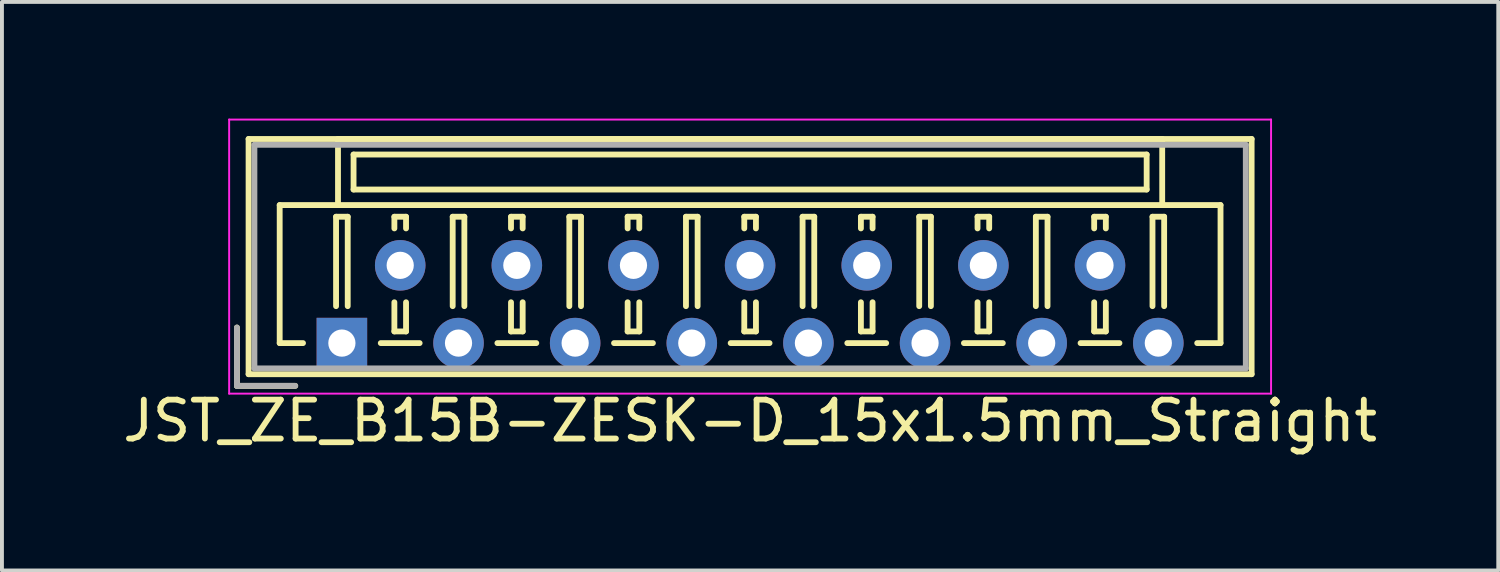
<source format=kicad_pcb>
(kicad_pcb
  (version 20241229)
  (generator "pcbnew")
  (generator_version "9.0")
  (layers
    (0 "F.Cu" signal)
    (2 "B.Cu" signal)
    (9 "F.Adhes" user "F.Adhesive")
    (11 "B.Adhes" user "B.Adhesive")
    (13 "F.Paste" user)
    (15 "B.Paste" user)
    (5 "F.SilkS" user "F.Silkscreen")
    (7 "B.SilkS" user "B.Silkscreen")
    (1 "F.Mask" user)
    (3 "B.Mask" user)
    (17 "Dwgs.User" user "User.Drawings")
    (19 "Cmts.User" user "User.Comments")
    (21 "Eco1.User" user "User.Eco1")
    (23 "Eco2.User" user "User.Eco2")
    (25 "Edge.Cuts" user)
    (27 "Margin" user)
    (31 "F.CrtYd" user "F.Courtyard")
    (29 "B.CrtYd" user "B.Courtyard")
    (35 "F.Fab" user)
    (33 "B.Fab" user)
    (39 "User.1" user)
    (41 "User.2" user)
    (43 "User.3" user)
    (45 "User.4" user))
  (footprint "JST_ZE_B15B-ZESK-D_15x1.5mm_Straight"
    (layer "F.Cu")
    (at 5.744 5.775)
    (property "Reference" "JST_ZE_B15B-ZESK-D_15x1.5mm_Straight" (at 10.5 2 0) (layer "F.SilkS") (effects (font (size 1 1) (thickness 0.15))))
    (attr through_hole)
    (fp_line (start -2.7 -0.4) (end -2.7 1.1) (stroke (width 0.15) (type solid)) (layer "F.SilkS"))
    (fp_line (start -2.7 1.1) (end -1.2 1.1) (stroke (width 0.15) (type solid)) (layer "F.SilkS"))
    (fp_line (start -2.4 -5.25) (end -2.4 0.8) (stroke (width 0.15) (type solid)) (layer "F.SilkS"))
    (fp_line (start -2.4 0.8) (end 23.4 0.8) (stroke (width 0.15) (type solid)) (layer "F.SilkS"))
    (fp_line (start -1.6 -3.55) (end -1.6 0) (stroke (width 0.15) (type solid)) (layer "F.SilkS"))
    (fp_line (start -1.6 0) (end -1 0) (stroke (width 0.15) (type solid)) (layer "F.SilkS"))
    (fp_line (start -0.15 -3.25) (end 0.15 -3.25) (stroke (width 0.15) (type solid)) (layer "F.SilkS"))
    (fp_line (start -0.15 -0.95) (end -0.15 -3.25) (stroke (width 0.15) (type solid)) (layer "F.SilkS"))
    (fp_line (start -0.1 -5.25) (end -0.1 -3.55) (stroke (width 0.15) (type solid)) (layer "F.SilkS"))
    (fp_line (start -0.1 -3.55) (end -1.6 -3.55) (stroke (width 0.15) (type solid)) (layer "F.SilkS"))
    (fp_line (start -0.1 -3.55) (end 21.1 -3.55) (stroke (width 0.15) (type solid)) (layer "F.SilkS"))
    (fp_line (start 0.15 -3.25) (end 0.15 -0.95) (stroke (width 0.15) (type solid)) (layer "F.SilkS"))
    (fp_line (start 0.3 -4.85) (end 0.3 -3.95) (stroke (width 0.15) (type solid)) (layer "F.SilkS"))
    (fp_line (start 0.3 -3.95) (end 20.7 -3.95) (stroke (width 0.15) (type solid)) (layer "F.SilkS"))
    (fp_line (start 1 0) (end 2 0) (stroke (width 0.15) (type solid)) (layer "F.SilkS"))
    (fp_line (start 1.35 -3.25) (end 1.65 -3.25) (stroke (width 0.15) (type solid)) (layer "F.SilkS"))
    (fp_line (start 1.35 -2.95) (end 1.35 -3.25) (stroke (width 0.15) (type solid)) (layer "F.SilkS"))
    (fp_line (start 1.35 -1.05) (end 1.35 -0.3) (stroke (width 0.15) (type solid)) (layer "F.SilkS"))
    (fp_line (start 1.35 -0.3) (end 1.65 -0.3) (stroke (width 0.15) (type solid)) (layer "F.SilkS"))
    (fp_line (start 1.65 -3.25) (end 1.65 -2.95) (stroke (width 0.15) (type solid)) (layer "F.SilkS"))
    (fp_line (start 1.65 -0.3) (end 1.65 -1.05) (stroke (width 0.15) (type solid)) (layer "F.SilkS"))
    (fp_line (start 2.85 -3.25) (end 3.15 -3.25) (stroke (width 0.15) (type solid)) (layer "F.SilkS"))
    (fp_line (start 2.85 -0.95) (end 2.85 -3.25) (stroke (width 0.15) (type solid)) (layer "F.SilkS"))
    (fp_line (start 3.15 -3.25) (end 3.15 -0.95) (stroke (width 0.15) (type solid)) (layer "F.SilkS"))
    (fp_line (start 4 0) (end 5 0) (stroke (width 0.15) (type solid)) (layer "F.SilkS"))
    (fp_line (start 4.35 -3.25) (end 4.65 -3.25) (stroke (width 0.15) (type solid)) (layer "F.SilkS"))
    (fp_line (start 4.35 -2.95) (end 4.35 -3.25) (stroke (width 0.15) (type solid)) (layer "F.SilkS"))
    (fp_line (start 4.35 -1.05) (end 4.35 -0.3) (stroke (width 0.15) (type solid)) (layer "F.SilkS"))
    (fp_line (start 4.35 -0.3) (end 4.65 -0.3) (stroke (width 0.15) (type solid)) (layer "F.SilkS"))
    (fp_line (start 4.65 -3.25) (end 4.65 -2.95) (stroke (width 0.15) (type solid)) (layer "F.SilkS"))
    (fp_line (start 4.65 -0.3) (end 4.65 -1.05) (stroke (width 0.15) (type solid)) (layer "F.SilkS"))
    (fp_line (start 5.85 -3.25) (end 6.15 -3.25) (stroke (width 0.15) (type solid)) (layer "F.SilkS"))
    (fp_line (start 5.85 -0.95) (end 5.85 -3.25) (stroke (width 0.15) (type solid)) (layer "F.SilkS"))
    (fp_line (start 6.15 -3.25) (end 6.15 -0.95) (stroke (width 0.15) (type solid)) (layer "F.SilkS"))
    (fp_line (start 7 0) (end 8 0) (stroke (width 0.15) (type solid)) (layer "F.SilkS"))
    (fp_line (start 7.35 -3.25) (end 7.65 -3.25) (stroke (width 0.15) (type solid)) (layer "F.SilkS"))
    (fp_line (start 7.35 -2.95) (end 7.35 -3.25) (stroke (width 0.15) (type solid)) (layer "F.SilkS"))
    (fp_line (start 7.35 -1.05) (end 7.35 -0.3) (stroke (width 0.15) (type solid)) (layer "F.SilkS"))
    (fp_line (start 7.35 -0.3) (end 7.65 -0.3) (stroke (width 0.15) (type solid)) (layer "F.SilkS"))
    (fp_line (start 7.65 -3.25) (end 7.65 -2.95) (stroke (width 0.15) (type solid)) (layer "F.SilkS"))
    (fp_line (start 7.65 -0.3) (end 7.65 -1.05) (stroke (width 0.15) (type solid)) (layer "F.SilkS"))
    (fp_line (start 8.85 -3.25) (end 9.15 -3.25) (stroke (width 0.15) (type solid)) (layer "F.SilkS"))
    (fp_line (start 8.85 -0.95) (end 8.85 -3.25) (stroke (width 0.15) (type solid)) (layer "F.SilkS"))
    (fp_line (start 9.15 -3.25) (end 9.15 -0.95) (stroke (width 0.15) (type solid)) (layer "F.SilkS"))
    (fp_line (start 10 0) (end 11 0) (stroke (width 0.15) (type solid)) (layer "F.SilkS"))
    (fp_line (start 10.35 -3.25) (end 10.65 -3.25) (stroke (width 0.15) (type solid)) (layer "F.SilkS"))
    (fp_line (start 10.35 -2.95) (end 10.35 -3.25) (stroke (width 0.15) (type solid)) (layer "F.SilkS"))
    (fp_line (start 10.35 -1.05) (end 10.35 -0.3) (stroke (width 0.15) (type solid)) (layer "F.SilkS"))
    (fp_line (start 10.35 -0.3) (end 10.65 -0.3) (stroke (width 0.15) (type solid)) (layer "F.SilkS"))
    (fp_line (start 10.65 -3.25) (end 10.65 -2.95) (stroke (width 0.15) (type solid)) (layer "F.SilkS"))
    (fp_line (start 10.65 -0.3) (end 10.65 -1.05) (stroke (width 0.15) (type solid)) (layer "F.SilkS"))
    (fp_line (start 11.85 -3.25) (end 12.15 -3.25) (stroke (width 0.15) (type solid)) (layer "F.SilkS"))
    (fp_line (start 11.85 -0.95) (end 11.85 -3.25) (stroke (width 0.15) (type solid)) (layer "F.SilkS"))
    (fp_line (start 12.15 -3.25) (end 12.15 -0.95) (stroke (width 0.15) (type solid)) (layer "F.SilkS"))
    (fp_line (start 13 0) (end 14 0) (stroke (width 0.15) (type solid)) (layer "F.SilkS"))
    (fp_line (start 13.35 -3.25) (end 13.65 -3.25) (stroke (width 0.15) (type solid)) (layer "F.SilkS"))
    (fp_line (start 13.35 -2.95) (end 13.35 -3.25) (stroke (width 0.15) (type solid)) (layer "F.SilkS"))
    (fp_line (start 13.35 -1.05) (end 13.35 -0.3) (stroke (width 0.15) (type solid)) (layer "F.SilkS"))
    (fp_line (start 13.35 -0.3) (end 13.65 -0.3) (stroke (width 0.15) (type solid)) (layer "F.SilkS"))
    (fp_line (start 13.65 -3.25) (end 13.65 -2.95) (stroke (width 0.15) (type solid)) (layer "F.SilkS"))
    (fp_line (start 13.65 -0.3) (end 13.65 -1.05) (stroke (width 0.15) (type solid)) (layer "F.SilkS"))
    (fp_line (start 14.85 -3.25) (end 15.15 -3.25) (stroke (width 0.15) (type solid)) (layer "F.SilkS"))
    (fp_line (start 14.85 -0.95) (end 14.85 -3.25) (stroke (width 0.15) (type solid)) (layer "F.SilkS"))
    (fp_line (start 15.15 -3.25) (end 15.15 -0.95) (stroke (width 0.15) (type solid)) (layer "F.SilkS"))
    (fp_line (start 16 0) (end 17 0) (stroke (width 0.15) (type solid)) (layer "F.SilkS"))
    (fp_line (start 16.35 -3.25) (end 16.65 -3.25) (stroke (width 0.15) (type solid)) (layer "F.SilkS"))
    (fp_line (start 16.35 -2.95) (end 16.35 -3.25) (stroke (width 0.15) (type solid)) (layer "F.SilkS"))
    (fp_line (start 16.35 -1.05) (end 16.35 -0.3) (stroke (width 0.15) (type solid)) (layer "F.SilkS"))
    (fp_line (start 16.35 -0.3) (end 16.65 -0.3) (stroke (width 0.15) (type solid)) (layer "F.SilkS"))
    (fp_line (start 16.65 -3.25) (end 16.65 -2.95) (stroke (width 0.15) (type solid)) (layer "F.SilkS"))
    (fp_line (start 16.65 -0.3) (end 16.65 -1.05) (stroke (width 0.15) (type solid)) (layer "F.SilkS"))
    (fp_line (start 17.85 -3.25) (end 18.15 -3.25) (stroke (width 0.15) (type solid)) (layer "F.SilkS"))
    (fp_line (start 17.85 -0.95) (end 17.85 -3.25) (stroke (width 0.15) (type solid)) (layer "F.SilkS"))
    (fp_line (start 18.15 -3.25) (end 18.15 -0.95) (stroke (width 0.15) (type solid)) (layer "F.SilkS"))
    (fp_line (start 19 0) (end 20 0) (stroke (width 0.15) (type solid)) (layer "F.SilkS"))
    (fp_line (start 19.35 -3.25) (end 19.65 -3.25) (stroke (width 0.15) (type solid)) (layer "F.SilkS"))
    (fp_line (start 19.35 -2.95) (end 19.35 -3.25) (stroke (width 0.15) (type solid)) (layer "F.SilkS"))
    (fp_line (start 19.35 -1.05) (end 19.35 -0.3) (stroke (width 0.15) (type solid)) (layer "F.SilkS"))
    (fp_line (start 19.35 -0.3) (end 19.65 -0.3) (stroke (width 0.15) (type solid)) (layer "F.SilkS"))
    (fp_line (start 19.65 -3.25) (end 19.65 -2.95) (stroke (width 0.15) (type solid)) (layer "F.SilkS"))
    (fp_line (start 19.65 -0.3) (end 19.65 -1.05) (stroke (width 0.15) (type solid)) (layer "F.SilkS"))
    (fp_line (start 20.7 -4.85) (end 0.3 -4.85) (stroke (width 0.15) (type solid)) (layer "F.SilkS"))
    (fp_line (start 20.7 -3.95) (end 20.7 -4.85) (stroke (width 0.15) (type solid)) (layer "F.SilkS"))
    (fp_line (start 20.85 -3.25) (end 21.15 -3.25) (stroke (width 0.15) (type solid)) (layer "F.SilkS"))
    (fp_line (start 20.85 -0.95) (end 20.85 -3.25) (stroke (width 0.15) (type solid)) (layer "F.SilkS"))
    (fp_line (start 21.1 -5.25) (end -0.1 -5.25) (stroke (width 0.15) (type solid)) (layer "F.SilkS"))
    (fp_line (start 21.1 -3.55) (end 21.1 -5.25) (stroke (width 0.15) (type solid)) (layer "F.SilkS"))
    (fp_line (start 21.1 -3.55) (end 22.6 -3.55) (stroke (width 0.15) (type solid)) (layer "F.SilkS"))
    (fp_line (start 21.15 -3.25) (end 21.15 -0.95) (stroke (width 0.15) (type solid)) (layer "F.SilkS"))
    (fp_line (start 22.6 -3.55) (end 22.6 0) (stroke (width 0.15) (type solid)) (layer "F.SilkS"))
    (fp_line (start 22.6 0) (end 22 0) (stroke (width 0.15) (type solid)) (layer "F.SilkS"))
    (fp_line (start 23.4 -5.25) (end -2.4 -5.25) (stroke (width 0.15) (type solid)) (layer "F.SilkS"))
    (fp_line (start 23.4 0.8) (end 23.4 -5.25) (stroke (width 0.15) (type solid)) (layer "F.SilkS"))
    (fp_line (start -2.9 -5.75) (end -2.9 1.3) (stroke (width 0.05) (type solid)) (layer "F.CrtYd"))
    (fp_line (start -2.9 1.3) (end 23.9 1.3) (stroke (width 0.05) (type solid)) (layer "F.CrtYd"))
    (fp_line (start 23.9 -5.75) (end -2.9 -5.75) (stroke (width 0.05) (type solid)) (layer "F.CrtYd"))
    (fp_line (start 23.9 1.3) (end 23.9 -5.75) (stroke (width 0.05) (type solid)) (layer "F.CrtYd"))
    (fp_line (start -2.7 -0.4) (end -2.7 1.1) (stroke (width 0.15) (type solid)) (layer "F.Fab"))
    (fp_line (start -2.7 1.1) (end -1.2 1.1) (stroke (width 0.15) (type solid)) (layer "F.Fab"))
    (fp_line (start -2.25 -5.1) (end -2.25 0.65) (stroke (width 0.15) (type solid)) (layer "F.Fab"))
    (fp_line (start -2.25 0.65) (end 23.25 0.65) (stroke (width 0.15) (type solid)) (layer "F.Fab"))
    (fp_line (start 23.25 -5.1) (end -2.25 -5.1) (stroke (width 0.15) (type solid)) (layer "F.Fab"))
    (fp_line (start 23.25 0.65) (end 23.25 -5.1) (stroke (width 0.15) (type solid)) (layer "F.Fab"))
    (pad "1" thru_hole rect (at 0 0) (size 1.3 1.3) (drill 0.7) (layers "*.Cu" "*.Mask"))
    (pad "2" thru_hole circle (at 1.5 -2) (size 1.3 1.3) (drill 0.7) (layers "*.Cu" "*.Mask"))
    (pad "3" thru_hole circle (at 3 0) (size 1.3 1.3) (drill 0.7) (layers "*.Cu" "*.Mask"))
    (pad "4" thru_hole circle (at 4.5 -2) (size 1.3 1.3) (drill 0.7) (layers "*.Cu" "*.Mask"))
    (pad "5" thru_hole circle (at 6 0) (size 1.3 1.3) (drill 0.7) (layers "*.Cu" "*.Mask"))
    (pad "6" thru_hole circle (at 7.5 -2) (size 1.3 1.3) (drill 0.7) (layers "*.Cu" "*.Mask"))
    (pad "7" thru_hole circle (at 9 0) (size 1.3 1.3) (drill 0.7) (layers "*.Cu" "*.Mask"))
    (pad "8" thru_hole circle (at 10.5 -2) (size 1.3 1.3) (drill 0.7) (layers "*.Cu" "*.Mask"))
    (pad "9" thru_hole circle (at 12 0) (size 1.3 1.3) (drill 0.7) (layers "*.Cu" "*.Mask"))
    (pad "10" thru_hole circle (at 13.5 -2) (size 1.3 1.3) (drill 0.7) (layers "*.Cu" "*.Mask"))
    (pad "11" thru_hole circle (at 15 0) (size 1.3 1.3) (drill 0.7) (layers "*.Cu" "*.Mask"))
    (pad "12" thru_hole circle (at 16.5 -2) (size 1.3 1.3) (drill 0.7) (layers "*.Cu" "*.Mask"))
    (pad "13" thru_hole circle (at 18 0) (size 1.3 1.3) (drill 0.7) (layers "*.Cu" "*.Mask"))
    (pad "14" thru_hole circle (at 19.5 -2) (size 1.3 1.3) (drill 0.7) (layers "*.Cu" "*.Mask"))
    (pad "15" thru_hole circle (at 21 0) (size 1.3 1.3) (drill 0.7) (layers "*.Cu" "*.Mask")))
  (gr_rect
    (start -3 -3)
    (end 35.488 11.623)
    (stroke (width 0.1) (type default))
    (fill no)
    (layer "Edge.Cuts")))
</source>
